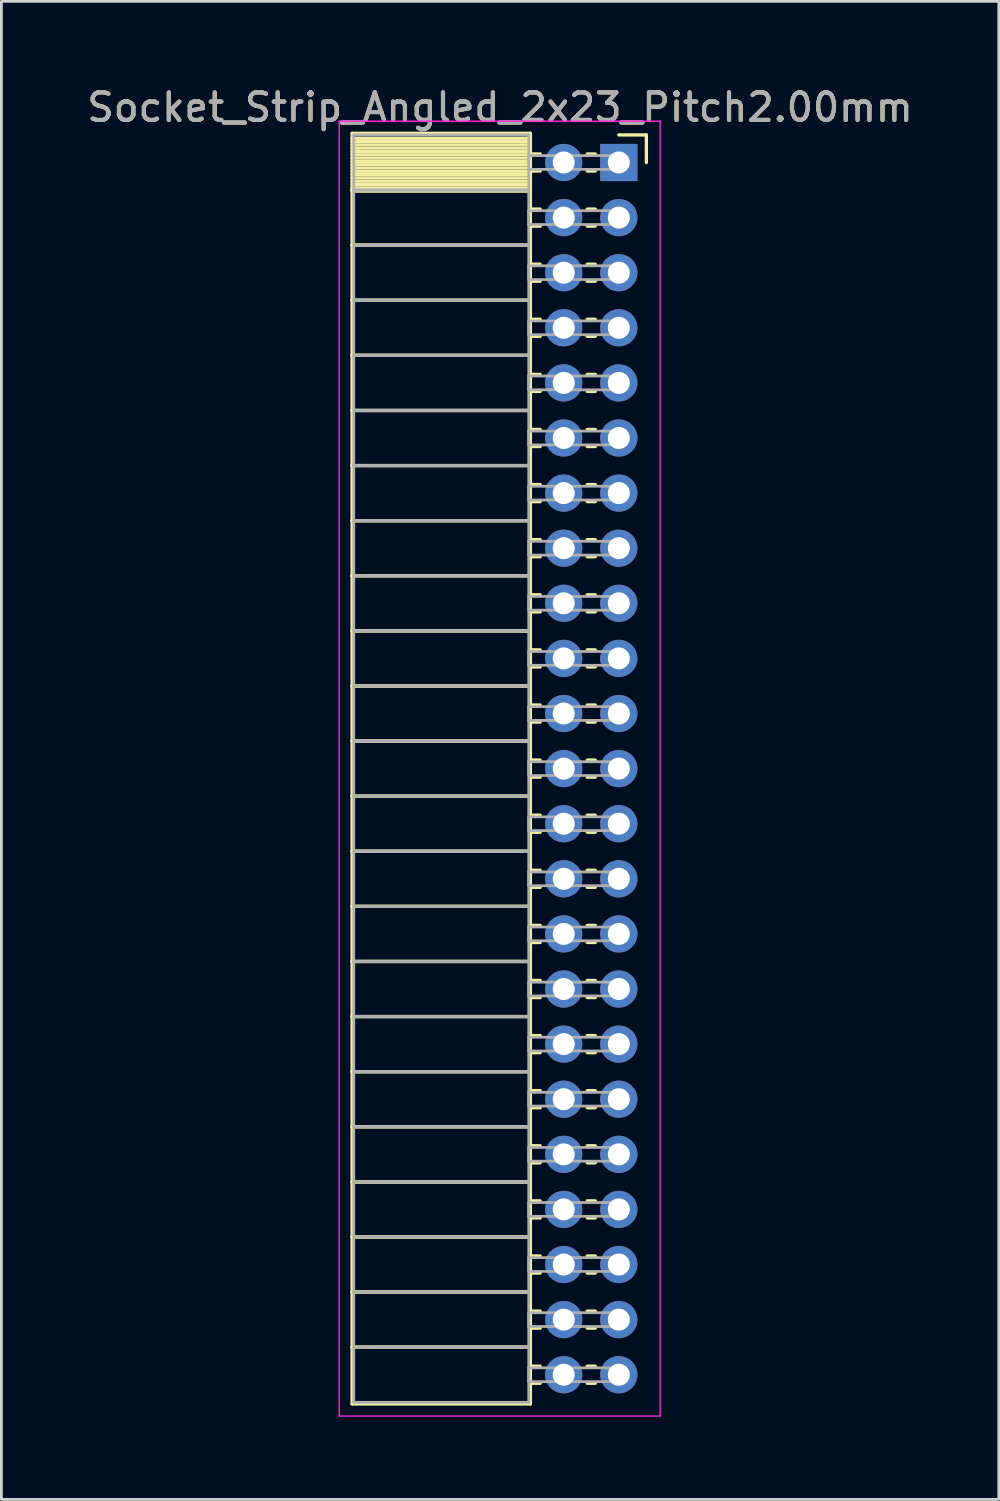
<source format=kicad_pcb>
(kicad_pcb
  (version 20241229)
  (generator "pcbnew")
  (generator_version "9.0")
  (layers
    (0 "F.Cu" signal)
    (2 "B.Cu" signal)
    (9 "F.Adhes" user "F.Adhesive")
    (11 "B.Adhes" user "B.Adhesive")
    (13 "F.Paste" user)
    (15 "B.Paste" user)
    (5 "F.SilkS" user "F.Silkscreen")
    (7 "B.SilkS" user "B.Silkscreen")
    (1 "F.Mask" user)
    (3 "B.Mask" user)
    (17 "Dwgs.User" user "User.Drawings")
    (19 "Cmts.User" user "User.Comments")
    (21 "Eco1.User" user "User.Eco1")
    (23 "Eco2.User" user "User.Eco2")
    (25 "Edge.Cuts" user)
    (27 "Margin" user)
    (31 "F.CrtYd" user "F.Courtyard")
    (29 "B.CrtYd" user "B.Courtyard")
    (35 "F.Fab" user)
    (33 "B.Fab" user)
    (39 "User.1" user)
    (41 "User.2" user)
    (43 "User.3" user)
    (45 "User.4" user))
  (footprint "Socket_Strip_Angled_2x23_Pitch2.00mm"
    (layer "F.Cu")
    (at 19.411 2.848)
    (property "Reference" "Socket_Strip_Angled_2x23_Pitch2.00mm" (at -4.31 -2 0) (layer "F.SilkS") (effects (font (size 1 1) (thickness 0.15))))
    (attr through_hole)
    (fp_line (start -9.68 -1.06) (end -3.21 -1.06) (stroke (width 0.12) (type solid)) (layer "F.SilkS"))
    (fp_line (start -9.68 1) (end -9.68 -1.06) (stroke (width 0.12) (type solid)) (layer "F.SilkS"))
    (fp_line (start -9.68 1) (end -3.21 1) (stroke (width 0.12) (type solid)) (layer "F.SilkS"))
    (fp_line (start -9.68 3) (end -9.68 1) (stroke (width 0.12) (type solid)) (layer "F.SilkS"))
    (fp_line (start -9.68 3) (end -3.21 3) (stroke (width 0.12) (type solid)) (layer "F.SilkS"))
    (fp_line (start -9.68 5) (end -9.68 3) (stroke (width 0.12) (type solid)) (layer "F.SilkS"))
    (fp_line (start -9.68 5) (end -3.21 5) (stroke (width 0.12) (type solid)) (layer "F.SilkS"))
    (fp_line (start -9.68 7) (end -9.68 5) (stroke (width 0.12) (type solid)) (layer "F.SilkS"))
    (fp_line (start -9.68 7) (end -3.21 7) (stroke (width 0.12) (type solid)) (layer "F.SilkS"))
    (fp_line (start -9.68 9) (end -9.68 7) (stroke (width 0.12) (type solid)) (layer "F.SilkS"))
    (fp_line (start -9.68 9) (end -3.21 9) (stroke (width 0.12) (type solid)) (layer "F.SilkS"))
    (fp_line (start -9.68 11) (end -9.68 9) (stroke (width 0.12) (type solid)) (layer "F.SilkS"))
    (fp_line (start -9.68 11) (end -3.21 11) (stroke (width 0.12) (type solid)) (layer "F.SilkS"))
    (fp_line (start -9.68 13) (end -9.68 11) (stroke (width 0.12) (type solid)) (layer "F.SilkS"))
    (fp_line (start -9.68 13) (end -3.21 13) (stroke (width 0.12) (type solid)) (layer "F.SilkS"))
    (fp_line (start -9.68 15) (end -9.68 13) (stroke (width 0.12) (type solid)) (layer "F.SilkS"))
    (fp_line (start -9.68 15) (end -3.21 15) (stroke (width 0.12) (type solid)) (layer "F.SilkS"))
    (fp_line (start -9.68 17) (end -9.68 15) (stroke (width 0.12) (type solid)) (layer "F.SilkS"))
    (fp_line (start -9.68 17) (end -3.21 17) (stroke (width 0.12) (type solid)) (layer "F.SilkS"))
    (fp_line (start -9.68 19) (end -9.68 17) (stroke (width 0.12) (type solid)) (layer "F.SilkS"))
    (fp_line (start -9.68 19) (end -3.21 19) (stroke (width 0.12) (type solid)) (layer "F.SilkS"))
    (fp_line (start -9.68 21) (end -9.68 19) (stroke (width 0.12) (type solid)) (layer "F.SilkS"))
    (fp_line (start -9.68 21) (end -3.21 21) (stroke (width 0.12) (type solid)) (layer "F.SilkS"))
    (fp_line (start -9.68 23) (end -9.68 21) (stroke (width 0.12) (type solid)) (layer "F.SilkS"))
    (fp_line (start -9.68 23) (end -3.21 23) (stroke (width 0.12) (type solid)) (layer "F.SilkS"))
    (fp_line (start -9.68 25) (end -9.68 23) (stroke (width 0.12) (type solid)) (layer "F.SilkS"))
    (fp_line (start -9.68 25) (end -3.21 25) (stroke (width 0.12) (type solid)) (layer "F.SilkS"))
    (fp_line (start -9.68 27) (end -9.68 25) (stroke (width 0.12) (type solid)) (layer "F.SilkS"))
    (fp_line (start -9.68 27) (end -3.21 27) (stroke (width 0.12) (type solid)) (layer "F.SilkS"))
    (fp_line (start -9.68 29) (end -9.68 27) (stroke (width 0.12) (type solid)) (layer "F.SilkS"))
    (fp_line (start -9.68 29) (end -3.21 29) (stroke (width 0.12) (type solid)) (layer "F.SilkS"))
    (fp_line (start -9.68 31) (end -9.68 29) (stroke (width 0.12) (type solid)) (layer "F.SilkS"))
    (fp_line (start -9.68 31) (end -3.21 31) (stroke (width 0.12) (type solid)) (layer "F.SilkS"))
    (fp_line (start -9.68 33) (end -9.68 31) (stroke (width 0.12) (type solid)) (layer "F.SilkS"))
    (fp_line (start -9.68 33) (end -3.21 33) (stroke (width 0.12) (type solid)) (layer "F.SilkS"))
    (fp_line (start -9.68 35) (end -9.68 33) (stroke (width 0.12) (type solid)) (layer "F.SilkS"))
    (fp_line (start -9.68 35) (end -3.21 35) (stroke (width 0.12) (type solid)) (layer "F.SilkS"))
    (fp_line (start -9.68 37) (end -9.68 35) (stroke (width 0.12) (type solid)) (layer "F.SilkS"))
    (fp_line (start -9.68 37) (end -3.21 37) (stroke (width 0.12) (type solid)) (layer "F.SilkS"))
    (fp_line (start -9.68 39) (end -9.68 37) (stroke (width 0.12) (type solid)) (layer "F.SilkS"))
    (fp_line (start -9.68 39) (end -3.21 39) (stroke (width 0.12) (type solid)) (layer "F.SilkS"))
    (fp_line (start -9.68 41) (end -9.68 39) (stroke (width 0.12) (type solid)) (layer "F.SilkS"))
    (fp_line (start -9.68 41) (end -3.21 41) (stroke (width 0.12) (type solid)) (layer "F.SilkS"))
    (fp_line (start -9.68 43) (end -9.68 41) (stroke (width 0.12) (type solid)) (layer "F.SilkS"))
    (fp_line (start -9.68 43) (end -3.21 43) (stroke (width 0.12) (type solid)) (layer "F.SilkS"))
    (fp_line (start -9.68 45.06) (end -9.68 43) (stroke (width 0.12) (type solid)) (layer "F.SilkS"))
    (fp_line (start -3.21 -1.06) (end -3.21 1) (stroke (width 0.12) (type solid)) (layer "F.SilkS"))
    (fp_line (start -3.21 -0.88) (end -9.68 -0.88) (stroke (width 0.12) (type solid)) (layer "F.SilkS"))
    (fp_line (start -3.21 -0.76) (end -9.68 -0.76) (stroke (width 0.12) (type solid)) (layer "F.SilkS"))
    (fp_line (start -3.21 -0.64) (end -9.68 -0.64) (stroke (width 0.12) (type solid)) (layer "F.SilkS"))
    (fp_line (start -3.21 -0.52) (end -9.68 -0.52) (stroke (width 0.12) (type solid)) (layer "F.SilkS"))
    (fp_line (start -3.21 -0.4) (end -9.68 -0.4) (stroke (width 0.12) (type solid)) (layer "F.SilkS"))
    (fp_line (start -3.21 -0.28) (end -9.68 -0.28) (stroke (width 0.12) (type solid)) (layer "F.SilkS"))
    (fp_line (start -3.21 -0.16) (end -9.68 -0.16) (stroke (width 0.12) (type solid)) (layer "F.SilkS"))
    (fp_line (start -3.21 -0.04) (end -9.68 -0.04) (stroke (width 0.12) (type solid)) (layer "F.SilkS"))
    (fp_line (start -3.21 0.08) (end -9.68 0.08) (stroke (width 0.12) (type solid)) (layer "F.SilkS"))
    (fp_line (start -3.21 0.2) (end -9.68 0.2) (stroke (width 0.12) (type solid)) (layer "F.SilkS"))
    (fp_line (start -3.21 0.32) (end -9.68 0.32) (stroke (width 0.12) (type solid)) (layer "F.SilkS"))
    (fp_line (start -3.21 0.44) (end -9.68 0.44) (stroke (width 0.12) (type solid)) (layer "F.SilkS"))
    (fp_line (start -3.21 0.56) (end -9.68 0.56) (stroke (width 0.12) (type solid)) (layer "F.SilkS"))
    (fp_line (start -3.21 0.68) (end -9.68 0.68) (stroke (width 0.12) (type solid)) (layer "F.SilkS"))
    (fp_line (start -3.21 0.8) (end -9.68 0.8) (stroke (width 0.12) (type solid)) (layer "F.SilkS"))
    (fp_line (start -3.21 0.92) (end -9.68 0.92) (stroke (width 0.12) (type solid)) (layer "F.SilkS"))
    (fp_line (start -3.21 1) (end -9.68 1) (stroke (width 0.12) (type solid)) (layer "F.SilkS"))
    (fp_line (start -3.21 1) (end -3.21 3) (stroke (width 0.12) (type solid)) (layer "F.SilkS"))
    (fp_line (start -3.21 1.04) (end -9.68 1.04) (stroke (width 0.12) (type solid)) (layer "F.SilkS"))
    (fp_line (start -3.21 3) (end -9.68 3) (stroke (width 0.12) (type solid)) (layer "F.SilkS"))
    (fp_line (start -3.21 3) (end -3.21 5) (stroke (width 0.12) (type solid)) (layer "F.SilkS"))
    (fp_line (start -3.21 5) (end -9.68 5) (stroke (width 0.12) (type solid)) (layer "F.SilkS"))
    (fp_line (start -3.21 5) (end -3.21 7) (stroke (width 0.12) (type solid)) (layer "F.SilkS"))
    (fp_line (start -3.21 7) (end -9.68 7) (stroke (width 0.12) (type solid)) (layer "F.SilkS"))
    (fp_line (start -3.21 7) (end -3.21 9) (stroke (width 0.12) (type solid)) (layer "F.SilkS"))
    (fp_line (start -3.21 9) (end -9.68 9) (stroke (width 0.12) (type solid)) (layer "F.SilkS"))
    (fp_line (start -3.21 9) (end -3.21 11) (stroke (width 0.12) (type solid)) (layer "F.SilkS"))
    (fp_line (start -3.21 11) (end -9.68 11) (stroke (width 0.12) (type solid)) (layer "F.SilkS"))
    (fp_line (start -3.21 11) (end -3.21 13) (stroke (width 0.12) (type solid)) (layer "F.SilkS"))
    (fp_line (start -3.21 13) (end -9.68 13) (stroke (width 0.12) (type solid)) (layer "F.SilkS"))
    (fp_line (start -3.21 13) (end -3.21 15) (stroke (width 0.12) (type solid)) (layer "F.SilkS"))
    (fp_line (start -3.21 15) (end -9.68 15) (stroke (width 0.12) (type solid)) (layer "F.SilkS"))
    (fp_line (start -3.21 15) (end -3.21 17) (stroke (width 0.12) (type solid)) (layer "F.SilkS"))
    (fp_line (start -3.21 17) (end -9.68 17) (stroke (width 0.12) (type solid)) (layer "F.SilkS"))
    (fp_line (start -3.21 17) (end -3.21 19) (stroke (width 0.12) (type solid)) (layer "F.SilkS"))
    (fp_line (start -3.21 19) (end -9.68 19) (stroke (width 0.12) (type solid)) (layer "F.SilkS"))
    (fp_line (start -3.21 19) (end -3.21 21) (stroke (width 0.12) (type solid)) (layer "F.SilkS"))
    (fp_line (start -3.21 21) (end -9.68 21) (stroke (width 0.12) (type solid)) (layer "F.SilkS"))
    (fp_line (start -3.21 21) (end -3.21 23) (stroke (width 0.12) (type solid)) (layer "F.SilkS"))
    (fp_line (start -3.21 23) (end -9.68 23) (stroke (width 0.12) (type solid)) (layer "F.SilkS"))
    (fp_line (start -3.21 23) (end -3.21 25) (stroke (width 0.12) (type solid)) (layer "F.SilkS"))
    (fp_line (start -3.21 25) (end -9.68 25) (stroke (width 0.12) (type solid)) (layer "F.SilkS"))
    (fp_line (start -3.21 25) (end -3.21 27) (stroke (width 0.12) (type solid)) (layer "F.SilkS"))
    (fp_line (start -3.21 27) (end -9.68 27) (stroke (width 0.12) (type solid)) (layer "F.SilkS"))
    (fp_line (start -3.21 27) (end -3.21 29) (stroke (width 0.12) (type solid)) (layer "F.SilkS"))
    (fp_line (start -3.21 29) (end -9.68 29) (stroke (width 0.12) (type solid)) (layer "F.SilkS"))
    (fp_line (start -3.21 29) (end -3.21 31) (stroke (width 0.12) (type solid)) (layer "F.SilkS"))
    (fp_line (start -3.21 31) (end -9.68 31) (stroke (width 0.12) (type solid)) (layer "F.SilkS"))
    (fp_line (start -3.21 31) (end -3.21 33) (stroke (width 0.12) (type solid)) (layer "F.SilkS"))
    (fp_line (start -3.21 33) (end -9.68 33) (stroke (width 0.12) (type solid)) (layer "F.SilkS"))
    (fp_line (start -3.21 33) (end -3.21 35) (stroke (width 0.12) (type solid)) (layer "F.SilkS"))
    (fp_line (start -3.21 35) (end -9.68 35) (stroke (width 0.12) (type solid)) (layer "F.SilkS"))
    (fp_line (start -3.21 35) (end -3.21 37) (stroke (width 0.12) (type solid)) (layer "F.SilkS"))
    (fp_line (start -3.21 37) (end -9.68 37) (stroke (width 0.12) (type solid)) (layer "F.SilkS"))
    (fp_line (start -3.21 37) (end -3.21 39) (stroke (width 0.12) (type solid)) (layer "F.SilkS"))
    (fp_line (start -3.21 39) (end -9.68 39) (stroke (width 0.12) (type solid)) (layer "F.SilkS"))
    (fp_line (start -3.21 39) (end -3.21 41) (stroke (width 0.12) (type solid)) (layer "F.SilkS"))
    (fp_line (start -3.21 41) (end -9.68 41) (stroke (width 0.12) (type solid)) (layer "F.SilkS"))
    (fp_line (start -3.21 41) (end -3.21 43) (stroke (width 0.12) (type solid)) (layer "F.SilkS"))
    (fp_line (start -3.21 43) (end -9.68 43) (stroke (width 0.12) (type solid)) (layer "F.SilkS"))
    (fp_line (start -3.21 43) (end -3.21 45.06) (stroke (width 0.12) (type solid)) (layer "F.SilkS"))
    (fp_line (start -3.21 45.06) (end -9.68 45.06) (stroke (width 0.12) (type solid)) (layer "F.SilkS"))
    (fp_line (start -2.855 -0.31) (end -3.21 -0.31) (stroke (width 0.12) (type solid)) (layer "F.SilkS"))
    (fp_line (start -2.855 0.31) (end -3.21 0.31) (stroke (width 0.12) (type solid)) (layer "F.SilkS"))
    (fp_line (start -2.855 1.69) (end -3.21 1.69) (stroke (width 0.12) (type solid)) (layer "F.SilkS"))
    (fp_line (start -2.855 2.31) (end -3.21 2.31) (stroke (width 0.12) (type solid)) (layer "F.SilkS"))
    (fp_line (start -2.855 3.69) (end -3.21 3.69) (stroke (width 0.12) (type solid)) (layer "F.SilkS"))
    (fp_line (start -2.855 4.31) (end -3.21 4.31) (stroke (width 0.12) (type solid)) (layer "F.SilkS"))
    (fp_line (start -2.855 5.69) (end -3.21 5.69) (stroke (width 0.12) (type solid)) (layer "F.SilkS"))
    (fp_line (start -2.855 6.31) (end -3.21 6.31) (stroke (width 0.12) (type solid)) (layer "F.SilkS"))
    (fp_line (start -2.855 7.69) (end -3.21 7.69) (stroke (width 0.12) (type solid)) (layer "F.SilkS"))
    (fp_line (start -2.855 8.31) (end -3.21 8.31) (stroke (width 0.12) (type solid)) (layer "F.SilkS"))
    (fp_line (start -2.855 9.69) (end -3.21 9.69) (stroke (width 0.12) (type solid)) (layer "F.SilkS"))
    (fp_line (start -2.855 10.31) (end -3.21 10.31) (stroke (width 0.12) (type solid)) (layer "F.SilkS"))
    (fp_line (start -2.855 11.69) (end -3.21 11.69) (stroke (width 0.12) (type solid)) (layer "F.SilkS"))
    (fp_line (start -2.855 12.31) (end -3.21 12.31) (stroke (width 0.12) (type solid)) (layer "F.SilkS"))
    (fp_line (start -2.855 13.69) (end -3.21 13.69) (stroke (width 0.12) (type solid)) (layer "F.SilkS"))
    (fp_line (start -2.855 14.31) (end -3.21 14.31) (stroke (width 0.12) (type solid)) (layer "F.SilkS"))
    (fp_line (start -2.855 15.69) (end -3.21 15.69) (stroke (width 0.12) (type solid)) (layer "F.SilkS"))
    (fp_line (start -2.855 16.31) (end -3.21 16.31) (stroke (width 0.12) (type solid)) (layer "F.SilkS"))
    (fp_line (start -2.855 17.69) (end -3.21 17.69) (stroke (width 0.12) (type solid)) (layer "F.SilkS"))
    (fp_line (start -2.855 18.31) (end -3.21 18.31) (stroke (width 0.12) (type solid)) (layer "F.SilkS"))
    (fp_line (start -2.855 19.69) (end -3.21 19.69) (stroke (width 0.12) (type solid)) (layer "F.SilkS"))
    (fp_line (start -2.855 20.31) (end -3.21 20.31) (stroke (width 0.12) (type solid)) (layer "F.SilkS"))
    (fp_line (start -2.855 21.69) (end -3.21 21.69) (stroke (width 0.12) (type solid)) (layer "F.SilkS"))
    (fp_line (start -2.855 22.31) (end -3.21 22.31) (stroke (width 0.12) (type solid)) (layer "F.SilkS"))
    (fp_line (start -2.855 23.69) (end -3.21 23.69) (stroke (width 0.12) (type solid)) (layer "F.SilkS"))
    (fp_line (start -2.855 24.31) (end -3.21 24.31) (stroke (width 0.12) (type solid)) (layer "F.SilkS"))
    (fp_line (start -2.855 25.69) (end -3.21 25.69) (stroke (width 0.12) (type solid)) (layer "F.SilkS"))
    (fp_line (start -2.855 26.31) (end -3.21 26.31) (stroke (width 0.12) (type solid)) (layer "F.SilkS"))
    (fp_line (start -2.855 27.69) (end -3.21 27.69) (stroke (width 0.12) (type solid)) (layer "F.SilkS"))
    (fp_line (start -2.855 28.31) (end -3.21 28.31) (stroke (width 0.12) (type solid)) (layer "F.SilkS"))
    (fp_line (start -2.855 29.69) (end -3.21 29.69) (stroke (width 0.12) (type solid)) (layer "F.SilkS"))
    (fp_line (start -2.855 30.31) (end -3.21 30.31) (stroke (width 0.12) (type solid)) (layer "F.SilkS"))
    (fp_line (start -2.855 31.69) (end -3.21 31.69) (stroke (width 0.12) (type solid)) (layer "F.SilkS"))
    (fp_line (start -2.855 32.31) (end -3.21 32.31) (stroke (width 0.12) (type solid)) (layer "F.SilkS"))
    (fp_line (start -2.855 33.69) (end -3.21 33.69) (stroke (width 0.12) (type solid)) (layer "F.SilkS"))
    (fp_line (start -2.855 34.31) (end -3.21 34.31) (stroke (width 0.12) (type solid)) (layer "F.SilkS"))
    (fp_line (start -2.855 35.69) (end -3.21 35.69) (stroke (width 0.12) (type solid)) (layer "F.SilkS"))
    (fp_line (start -2.855 36.31) (end -3.21 36.31) (stroke (width 0.12) (type solid)) (layer "F.SilkS"))
    (fp_line (start -2.855 37.69) (end -3.21 37.69) (stroke (width 0.12) (type solid)) (layer "F.SilkS"))
    (fp_line (start -2.855 38.31) (end -3.21 38.31) (stroke (width 0.12) (type solid)) (layer "F.SilkS"))
    (fp_line (start -2.855 39.69) (end -3.21 39.69) (stroke (width 0.12) (type solid)) (layer "F.SilkS"))
    (fp_line (start -2.855 40.31) (end -3.21 40.31) (stroke (width 0.12) (type solid)) (layer "F.SilkS"))
    (fp_line (start -2.855 41.69) (end -3.21 41.69) (stroke (width 0.12) (type solid)) (layer "F.SilkS"))
    (fp_line (start -2.855 42.31) (end -3.21 42.31) (stroke (width 0.12) (type solid)) (layer "F.SilkS"))
    (fp_line (start -2.855 43.69) (end -3.21 43.69) (stroke (width 0.12) (type solid)) (layer "F.SilkS"))
    (fp_line (start -2.855 44.31) (end -3.21 44.31) (stroke (width 0.12) (type solid)) (layer "F.SilkS"))
    (fp_line (start -0.855 -0.31) (end -1.145 -0.31) (stroke (width 0.12) (type solid)) (layer "F.SilkS"))
    (fp_line (start -0.855 0.31) (end -1.145 0.31) (stroke (width 0.12) (type solid)) (layer "F.SilkS"))
    (fp_line (start -0.855 1.69) (end -1.145 1.69) (stroke (width 0.12) (type solid)) (layer "F.SilkS"))
    (fp_line (start -0.855 2.31) (end -1.145 2.31) (stroke (width 0.12) (type solid)) (layer "F.SilkS"))
    (fp_line (start -0.855 3.69) (end -1.145 3.69) (stroke (width 0.12) (type solid)) (layer "F.SilkS"))
    (fp_line (start -0.855 4.31) (end -1.145 4.31) (stroke (width 0.12) (type solid)) (layer "F.SilkS"))
    (fp_line (start -0.855 5.69) (end -1.145 5.69) (stroke (width 0.12) (type solid)) (layer "F.SilkS"))
    (fp_line (start -0.855 6.31) (end -1.145 6.31) (stroke (width 0.12) (type solid)) (layer "F.SilkS"))
    (fp_line (start -0.855 7.69) (end -1.145 7.69) (stroke (width 0.12) (type solid)) (layer "F.SilkS"))
    (fp_line (start -0.855 8.31) (end -1.145 8.31) (stroke (width 0.12) (type solid)) (layer "F.SilkS"))
    (fp_line (start -0.855 9.69) (end -1.145 9.69) (stroke (width 0.12) (type solid)) (layer "F.SilkS"))
    (fp_line (start -0.855 10.31) (end -1.145 10.31) (stroke (width 0.12) (type solid)) (layer "F.SilkS"))
    (fp_line (start -0.855 11.69) (end -1.145 11.69) (stroke (width 0.12) (type solid)) (layer "F.SilkS"))
    (fp_line (start -0.855 12.31) (end -1.145 12.31) (stroke (width 0.12) (type solid)) (layer "F.SilkS"))
    (fp_line (start -0.855 13.69) (end -1.145 13.69) (stroke (width 0.12) (type solid)) (layer "F.SilkS"))
    (fp_line (start -0.855 14.31) (end -1.145 14.31) (stroke (width 0.12) (type solid)) (layer "F.SilkS"))
    (fp_line (start -0.855 15.69) (end -1.145 15.69) (stroke (width 0.12) (type solid)) (layer "F.SilkS"))
    (fp_line (start -0.855 16.31) (end -1.145 16.31) (stroke (width 0.12) (type solid)) (layer "F.SilkS"))
    (fp_line (start -0.855 17.69) (end -1.145 17.69) (stroke (width 0.12) (type solid)) (layer "F.SilkS"))
    (fp_line (start -0.855 18.31) (end -1.145 18.31) (stroke (width 0.12) (type solid)) (layer "F.SilkS"))
    (fp_line (start -0.855 19.69) (end -1.145 19.69) (stroke (width 0.12) (type solid)) (layer "F.SilkS"))
    (fp_line (start -0.855 20.31) (end -1.145 20.31) (stroke (width 0.12) (type solid)) (layer "F.SilkS"))
    (fp_line (start -0.855 21.69) (end -1.145 21.69) (stroke (width 0.12) (type solid)) (layer "F.SilkS"))
    (fp_line (start -0.855 22.31) (end -1.145 22.31) (stroke (width 0.12) (type solid)) (layer "F.SilkS"))
    (fp_line (start -0.855 23.69) (end -1.145 23.69) (stroke (width 0.12) (type solid)) (layer "F.SilkS"))
    (fp_line (start -0.855 24.31) (end -1.145 24.31) (stroke (width 0.12) (type solid)) (layer "F.SilkS"))
    (fp_line (start -0.855 25.69) (end -1.145 25.69) (stroke (width 0.12) (type solid)) (layer "F.SilkS"))
    (fp_line (start -0.855 26.31) (end -1.145 26.31) (stroke (width 0.12) (type solid)) (layer "F.SilkS"))
    (fp_line (start -0.855 27.69) (end -1.145 27.69) (stroke (width 0.12) (type solid)) (layer "F.SilkS"))
    (fp_line (start -0.855 28.31) (end -1.145 28.31) (stroke (width 0.12) (type solid)) (layer "F.SilkS"))
    (fp_line (start -0.855 29.69) (end -1.145 29.69) (stroke (width 0.12) (type solid)) (layer "F.SilkS"))
    (fp_line (start -0.855 30.31) (end -1.145 30.31) (stroke (width 0.12) (type solid)) (layer "F.SilkS"))
    (fp_line (start -0.855 31.69) (end -1.145 31.69) (stroke (width 0.12) (type solid)) (layer "F.SilkS"))
    (fp_line (start -0.855 32.31) (end -1.145 32.31) (stroke (width 0.12) (type solid)) (layer "F.SilkS"))
    (fp_line (start -0.855 33.69) (end -1.145 33.69) (stroke (width 0.12) (type solid)) (layer "F.SilkS"))
    (fp_line (start -0.855 34.31) (end -1.145 34.31) (stroke (width 0.12) (type solid)) (layer "F.SilkS"))
    (fp_line (start -0.855 35.69) (end -1.145 35.69) (stroke (width 0.12) (type solid)) (layer "F.SilkS"))
    (fp_line (start -0.855 36.31) (end -1.145 36.31) (stroke (width 0.12) (type solid)) (layer "F.SilkS"))
    (fp_line (start -0.855 37.69) (end -1.145 37.69) (stroke (width 0.12) (type solid)) (layer "F.SilkS"))
    (fp_line (start -0.855 38.31) (end -1.145 38.31) (stroke (width 0.12) (type solid)) (layer "F.SilkS"))
    (fp_line (start -0.855 39.69) (end -1.145 39.69) (stroke (width 0.12) (type solid)) (layer "F.SilkS"))
    (fp_line (start -0.855 40.31) (end -1.145 40.31) (stroke (width 0.12) (type solid)) (layer "F.SilkS"))
    (fp_line (start -0.855 41.69) (end -1.145 41.69) (stroke (width 0.12) (type solid)) (layer "F.SilkS"))
    (fp_line (start -0.855 42.31) (end -1.145 42.31) (stroke (width 0.12) (type solid)) (layer "F.SilkS"))
    (fp_line (start -0.855 43.69) (end -1.145 43.69) (stroke (width 0.12) (type solid)) (layer "F.SilkS"))
    (fp_line (start -0.855 44.31) (end -1.145 44.31) (stroke (width 0.12) (type solid)) (layer "F.SilkS"))
    (fp_line (start 0 -1) (end 1 -1) (stroke (width 0.12) (type solid)) (layer "F.SilkS"))
    (fp_line (start 1 -1) (end 1 0) (stroke (width 0.12) (type solid)) (layer "F.SilkS"))
    (fp_line (start -10.15 -1.5) (end 1.5 -1.5) (stroke (width 0.05) (type solid)) (layer "F.CrtYd"))
    (fp_line (start -10.15 45.5) (end -10.15 -1.5) (stroke (width 0.05) (type solid)) (layer "F.CrtYd"))
    (fp_line (start 1.5 -1.5) (end 1.5 45.5) (stroke (width 0.05) (type solid)) (layer "F.CrtYd"))
    (fp_line (start 1.5 45.5) (end -10.15 45.5) (stroke (width 0.05) (type solid)) (layer "F.CrtYd"))
    (fp_line (start -9.62 -1) (end -3.27 -1) (stroke (width 0.1) (type solid)) (layer "F.Fab"))
    (fp_line (start -9.62 1) (end -9.62 -1) (stroke (width 0.1) (type solid)) (layer "F.Fab"))
    (fp_line (start -9.62 1) (end -3.27 1) (stroke (width 0.1) (type solid)) (layer "F.Fab"))
    (fp_line (start -9.62 3) (end -9.62 1) (stroke (width 0.1) (type solid)) (layer "F.Fab"))
    (fp_line (start -9.62 3) (end -3.27 3) (stroke (width 0.1) (type solid)) (layer "F.Fab"))
    (fp_line (start -9.62 5) (end -9.62 3) (stroke (width 0.1) (type solid)) (layer "F.Fab"))
    (fp_line (start -9.62 5) (end -3.27 5) (stroke (width 0.1) (type solid)) (layer "F.Fab"))
    (fp_line (start -9.62 7) (end -9.62 5) (stroke (width 0.1) (type solid)) (layer "F.Fab"))
    (fp_line (start -9.62 7) (end -3.27 7) (stroke (width 0.1) (type solid)) (layer "F.Fab"))
    (fp_line (start -9.62 9) (end -9.62 7) (stroke (width 0.1) (type solid)) (layer "F.Fab"))
    (fp_line (start -9.62 9) (end -3.27 9) (stroke (width 0.1) (type solid)) (layer "F.Fab"))
    (fp_line (start -9.62 11) (end -9.62 9) (stroke (width 0.1) (type solid)) (layer "F.Fab"))
    (fp_line (start -9.62 11) (end -3.27 11) (stroke (width 0.1) (type solid)) (layer "F.Fab"))
    (fp_line (start -9.62 13) (end -9.62 11) (stroke (width 0.1) (type solid)) (layer "F.Fab"))
    (fp_line (start -9.62 13) (end -3.27 13) (stroke (width 0.1) (type solid)) (layer "F.Fab"))
    (fp_line (start -9.62 15) (end -9.62 13) (stroke (width 0.1) (type solid)) (layer "F.Fab"))
    (fp_line (start -9.62 15) (end -3.27 15) (stroke (width 0.1) (type solid)) (layer "F.Fab"))
    (fp_line (start -9.62 17) (end -9.62 15) (stroke (width 0.1) (type solid)) (layer "F.Fab"))
    (fp_line (start -9.62 17) (end -3.27 17) (stroke (width 0.1) (type solid)) (layer "F.Fab"))
    (fp_line (start -9.62 19) (end -9.62 17) (stroke (width 0.1) (type solid)) (layer "F.Fab"))
    (fp_line (start -9.62 19) (end -3.27 19) (stroke (width 0.1) (type solid)) (layer "F.Fab"))
    (fp_line (start -9.62 21) (end -9.62 19) (stroke (width 0.1) (type solid)) (layer "F.Fab"))
    (fp_line (start -9.62 21) (end -3.27 21) (stroke (width 0.1) (type solid)) (layer "F.Fab"))
    (fp_line (start -9.62 23) (end -9.62 21) (stroke (width 0.1) (type solid)) (layer "F.Fab"))
    (fp_line (start -9.62 23) (end -3.27 23) (stroke (width 0.1) (type solid)) (layer "F.Fab"))
    (fp_line (start -9.62 25) (end -9.62 23) (stroke (width 0.1) (type solid)) (layer "F.Fab"))
    (fp_line (start -9.62 25) (end -3.27 25) (stroke (width 0.1) (type solid)) (layer "F.Fab"))
    (fp_line (start -9.62 27) (end -9.62 25) (stroke (width 0.1) (type solid)) (layer "F.Fab"))
    (fp_line (start -9.62 27) (end -3.27 27) (stroke (width 0.1) (type solid)) (layer "F.Fab"))
    (fp_line (start -9.62 29) (end -9.62 27) (stroke (width 0.1) (type solid)) (layer "F.Fab"))
    (fp_line (start -9.62 29) (end -3.27 29) (stroke (width 0.1) (type solid)) (layer "F.Fab"))
    (fp_line (start -9.62 31) (end -9.62 29) (stroke (width 0.1) (type solid)) (layer "F.Fab"))
    (fp_line (start -9.62 31) (end -3.27 31) (stroke (width 0.1) (type solid)) (layer "F.Fab"))
    (fp_line (start -9.62 33) (end -9.62 31) (stroke (width 0.1) (type solid)) (layer "F.Fab"))
    (fp_line (start -9.62 33) (end -3.27 33) (stroke (width 0.1) (type solid)) (layer "F.Fab"))
    (fp_line (start -9.62 35) (end -9.62 33) (stroke (width 0.1) (type solid)) (layer "F.Fab"))
    (fp_line (start -9.62 35) (end -3.27 35) (stroke (width 0.1) (type solid)) (layer "F.Fab"))
    (fp_line (start -9.62 37) (end -9.62 35) (stroke (width 0.1) (type solid)) (layer "F.Fab"))
    (fp_line (start -9.62 37) (end -3.27 37) (stroke (width 0.1) (type solid)) (layer "F.Fab"))
    (fp_line (start -9.62 39) (end -9.62 37) (stroke (width 0.1) (type solid)) (layer "F.Fab"))
    (fp_line (start -9.62 39) (end -3.27 39) (stroke (width 0.1) (type solid)) (layer "F.Fab"))
    (fp_line (start -9.62 41) (end -9.62 39) (stroke (width 0.1) (type solid)) (layer "F.Fab"))
    (fp_line (start -9.62 41) (end -3.27 41) (stroke (width 0.1) (type solid)) (layer "F.Fab"))
    (fp_line (start -9.62 43) (end -9.62 41) (stroke (width 0.1) (type solid)) (layer "F.Fab"))
    (fp_line (start -9.62 43) (end -3.27 43) (stroke (width 0.1) (type solid)) (layer "F.Fab"))
    (fp_line (start -9.62 45) (end -9.62 43) (stroke (width 0.1) (type solid)) (layer "F.Fab"))
    (fp_line (start -3.27 -1) (end -3.27 1) (stroke (width 0.1) (type solid)) (layer "F.Fab"))
    (fp_line (start -3.27 -0.25) (end 0 -0.25) (stroke (width 0.1) (type solid)) (layer "F.Fab"))
    (fp_line (start -3.27 0.25) (end -3.27 -0.25) (stroke (width 0.1) (type solid)) (layer "F.Fab"))
    (fp_line (start -3.27 1) (end -9.62 1) (stroke (width 0.1) (type solid)) (layer "F.Fab"))
    (fp_line (start -3.27 1) (end -3.27 3) (stroke (width 0.1) (type solid)) (layer "F.Fab"))
    (fp_line (start -3.27 1.75) (end 0 1.75) (stroke (width 0.1) (type solid)) (layer "F.Fab"))
    (fp_line (start -3.27 2.25) (end -3.27 1.75) (stroke (width 0.1) (type solid)) (layer "F.Fab"))
    (fp_line (start -3.27 3) (end -9.62 3) (stroke (width 0.1) (type solid)) (layer "F.Fab"))
    (fp_line (start -3.27 3) (end -3.27 5) (stroke (width 0.1) (type solid)) (layer "F.Fab"))
    (fp_line (start -3.27 3.75) (end 0 3.75) (stroke (width 0.1) (type solid)) (layer "F.Fab"))
    (fp_line (start -3.27 4.25) (end -3.27 3.75) (stroke (width 0.1) (type solid)) (layer "F.Fab"))
    (fp_line (start -3.27 5) (end -9.62 5) (stroke (width 0.1) (type solid)) (layer "F.Fab"))
    (fp_line (start -3.27 5) (end -3.27 7) (stroke (width 0.1) (type solid)) (layer "F.Fab"))
    (fp_line (start -3.27 5.75) (end 0 5.75) (stroke (width 0.1) (type solid)) (layer "F.Fab"))
    (fp_line (start -3.27 6.25) (end -3.27 5.75) (stroke (width 0.1) (type solid)) (layer "F.Fab"))
    (fp_line (start -3.27 7) (end -9.62 7) (stroke (width 0.1) (type solid)) (layer "F.Fab"))
    (fp_line (start -3.27 7) (end -3.27 9) (stroke (width 0.1) (type solid)) (layer "F.Fab"))
    (fp_line (start -3.27 7.75) (end 0 7.75) (stroke (width 0.1) (type solid)) (layer "F.Fab"))
    (fp_line (start -3.27 8.25) (end -3.27 7.75) (stroke (width 0.1) (type solid)) (layer "F.Fab"))
    (fp_line (start -3.27 9) (end -9.62 9) (stroke (width 0.1) (type solid)) (layer "F.Fab"))
    (fp_line (start -3.27 9) (end -3.27 11) (stroke (width 0.1) (type solid)) (layer "F.Fab"))
    (fp_line (start -3.27 9.75) (end 0 9.75) (stroke (width 0.1) (type solid)) (layer "F.Fab"))
    (fp_line (start -3.27 10.25) (end -3.27 9.75) (stroke (width 0.1) (type solid)) (layer "F.Fab"))
    (fp_line (start -3.27 11) (end -9.62 11) (stroke (width 0.1) (type solid)) (layer "F.Fab"))
    (fp_line (start -3.27 11) (end -3.27 13) (stroke (width 0.1) (type solid)) (layer "F.Fab"))
    (fp_line (start -3.27 11.75) (end 0 11.75) (stroke (width 0.1) (type solid)) (layer "F.Fab"))
    (fp_line (start -3.27 12.25) (end -3.27 11.75) (stroke (width 0.1) (type solid)) (layer "F.Fab"))
    (fp_line (start -3.27 13) (end -9.62 13) (stroke (width 0.1) (type solid)) (layer "F.Fab"))
    (fp_line (start -3.27 13) (end -3.27 15) (stroke (width 0.1) (type solid)) (layer "F.Fab"))
    (fp_line (start -3.27 13.75) (end 0 13.75) (stroke (width 0.1) (type solid)) (layer "F.Fab"))
    (fp_line (start -3.27 14.25) (end -3.27 13.75) (stroke (width 0.1) (type solid)) (layer "F.Fab"))
    (fp_line (start -3.27 15) (end -9.62 15) (stroke (width 0.1) (type solid)) (layer "F.Fab"))
    (fp_line (start -3.27 15) (end -3.27 17) (stroke (width 0.1) (type solid)) (layer "F.Fab"))
    (fp_line (start -3.27 15.75) (end 0 15.75) (stroke (width 0.1) (type solid)) (layer "F.Fab"))
    (fp_line (start -3.27 16.25) (end -3.27 15.75) (stroke (width 0.1) (type solid)) (layer "F.Fab"))
    (fp_line (start -3.27 17) (end -9.62 17) (stroke (width 0.1) (type solid)) (layer "F.Fab"))
    (fp_line (start -3.27 17) (end -3.27 19) (stroke (width 0.1) (type solid)) (layer "F.Fab"))
    (fp_line (start -3.27 17.75) (end 0 17.75) (stroke (width 0.1) (type solid)) (layer "F.Fab"))
    (fp_line (start -3.27 18.25) (end -3.27 17.75) (stroke (width 0.1) (type solid)) (layer "F.Fab"))
    (fp_line (start -3.27 19) (end -9.62 19) (stroke (width 0.1) (type solid)) (layer "F.Fab"))
    (fp_line (start -3.27 19) (end -3.27 21) (stroke (width 0.1) (type solid)) (layer "F.Fab"))
    (fp_line (start -3.27 19.75) (end 0 19.75) (stroke (width 0.1) (type solid)) (layer "F.Fab"))
    (fp_line (start -3.27 20.25) (end -3.27 19.75) (stroke (width 0.1) (type solid)) (layer "F.Fab"))
    (fp_line (start -3.27 21) (end -9.62 21) (stroke (width 0.1) (type solid)) (layer "F.Fab"))
    (fp_line (start -3.27 21) (end -3.27 23) (stroke (width 0.1) (type solid)) (layer "F.Fab"))
    (fp_line (start -3.27 21.75) (end 0 21.75) (stroke (width 0.1) (type solid)) (layer "F.Fab"))
    (fp_line (start -3.27 22.25) (end -3.27 21.75) (stroke (width 0.1) (type solid)) (layer "F.Fab"))
    (fp_line (start -3.27 23) (end -9.62 23) (stroke (width 0.1) (type solid)) (layer "F.Fab"))
    (fp_line (start -3.27 23) (end -3.27 25) (stroke (width 0.1) (type solid)) (layer "F.Fab"))
    (fp_line (start -3.27 23.75) (end 0 23.75) (stroke (width 0.1) (type solid)) (layer "F.Fab"))
    (fp_line (start -3.27 24.25) (end -3.27 23.75) (stroke (width 0.1) (type solid)) (layer "F.Fab"))
    (fp_line (start -3.27 25) (end -9.62 25) (stroke (width 0.1) (type solid)) (layer "F.Fab"))
    (fp_line (start -3.27 25) (end -3.27 27) (stroke (width 0.1) (type solid)) (layer "F.Fab"))
    (fp_line (start -3.27 25.75) (end 0 25.75) (stroke (width 0.1) (type solid)) (layer "F.Fab"))
    (fp_line (start -3.27 26.25) (end -3.27 25.75) (stroke (width 0.1) (type solid)) (layer "F.Fab"))
    (fp_line (start -3.27 27) (end -9.62 27) (stroke (width 0.1) (type solid)) (layer "F.Fab"))
    (fp_line (start -3.27 27) (end -3.27 29) (stroke (width 0.1) (type solid)) (layer "F.Fab"))
    (fp_line (start -3.27 27.75) (end 0 27.75) (stroke (width 0.1) (type solid)) (layer "F.Fab"))
    (fp_line (start -3.27 28.25) (end -3.27 27.75) (stroke (width 0.1) (type solid)) (layer "F.Fab"))
    (fp_line (start -3.27 29) (end -9.62 29) (stroke (width 0.1) (type solid)) (layer "F.Fab"))
    (fp_line (start -3.27 29) (end -3.27 31) (stroke (width 0.1) (type solid)) (layer "F.Fab"))
    (fp_line (start -3.27 29.75) (end 0 29.75) (stroke (width 0.1) (type solid)) (layer "F.Fab"))
    (fp_line (start -3.27 30.25) (end -3.27 29.75) (stroke (width 0.1) (type solid)) (layer "F.Fab"))
    (fp_line (start -3.27 31) (end -9.62 31) (stroke (width 0.1) (type solid)) (layer "F.Fab"))
    (fp_line (start -3.27 31) (end -3.27 33) (stroke (width 0.1) (type solid)) (layer "F.Fab"))
    (fp_line (start -3.27 31.75) (end 0 31.75) (stroke (width 0.1) (type solid)) (layer "F.Fab"))
    (fp_line (start -3.27 32.25) (end -3.27 31.75) (stroke (width 0.1) (type solid)) (layer "F.Fab"))
    (fp_line (start -3.27 33) (end -9.62 33) (stroke (width 0.1) (type solid)) (layer "F.Fab"))
    (fp_line (start -3.27 33) (end -3.27 35) (stroke (width 0.1) (type solid)) (layer "F.Fab"))
    (fp_line (start -3.27 33.75) (end 0 33.75) (stroke (width 0.1) (type solid)) (layer "F.Fab"))
    (fp_line (start -3.27 34.25) (end -3.27 33.75) (stroke (width 0.1) (type solid)) (layer "F.Fab"))
    (fp_line (start -3.27 35) (end -9.62 35) (stroke (width 0.1) (type solid)) (layer "F.Fab"))
    (fp_line (start -3.27 35) (end -3.27 37) (stroke (width 0.1) (type solid)) (layer "F.Fab"))
    (fp_line (start -3.27 35.75) (end 0 35.75) (stroke (width 0.1) (type solid)) (layer "F.Fab"))
    (fp_line (start -3.27 36.25) (end -3.27 35.75) (stroke (width 0.1) (type solid)) (layer "F.Fab"))
    (fp_line (start -3.27 37) (end -9.62 37) (stroke (width 0.1) (type solid)) (layer "F.Fab"))
    (fp_line (start -3.27 37) (end -3.27 39) (stroke (width 0.1) (type solid)) (layer "F.Fab"))
    (fp_line (start -3.27 37.75) (end 0 37.75) (stroke (width 0.1) (type solid)) (layer "F.Fab"))
    (fp_line (start -3.27 38.25) (end -3.27 37.75) (stroke (width 0.1) (type solid)) (layer "F.Fab"))
    (fp_line (start -3.27 39) (end -9.62 39) (stroke (width 0.1) (type solid)) (layer "F.Fab"))
    (fp_line (start -3.27 39) (end -3.27 41) (stroke (width 0.1) (type solid)) (layer "F.Fab"))
    (fp_line (start -3.27 39.75) (end 0 39.75) (stroke (width 0.1) (type solid)) (layer "F.Fab"))
    (fp_line (start -3.27 40.25) (end -3.27 39.75) (stroke (width 0.1) (type solid)) (layer "F.Fab"))
    (fp_line (start -3.27 41) (end -9.62 41) (stroke (width 0.1) (type solid)) (layer "F.Fab"))
    (fp_line (start -3.27 41) (end -3.27 43) (stroke (width 0.1) (type solid)) (layer "F.Fab"))
    (fp_line (start -3.27 41.75) (end 0 41.75) (stroke (width 0.1) (type solid)) (layer "F.Fab"))
    (fp_line (start -3.27 42.25) (end -3.27 41.75) (stroke (width 0.1) (type solid)) (layer "F.Fab"))
    (fp_line (start -3.27 43) (end -9.62 43) (stroke (width 0.1) (type solid)) (layer "F.Fab"))
    (fp_line (start -3.27 43) (end -3.27 45) (stroke (width 0.1) (type solid)) (layer "F.Fab"))
    (fp_line (start -3.27 43.75) (end 0 43.75) (stroke (width 0.1) (type solid)) (layer "F.Fab"))
    (fp_line (start -3.27 44.25) (end -3.27 43.75) (stroke (width 0.1) (type solid)) (layer "F.Fab"))
    (fp_line (start -3.27 45) (end -9.62 45) (stroke (width 0.1) (type solid)) (layer "F.Fab"))
    (fp_line (start 0 -0.25) (end 0 0.25) (stroke (width 0.1) (type solid)) (layer "F.Fab"))
    (fp_line (start 0 0.25) (end -3.27 0.25) (stroke (width 0.1) (type solid)) (layer "F.Fab"))
    (fp_line (start 0 1.75) (end 0 2.25) (stroke (width 0.1) (type solid)) (layer "F.Fab"))
    (fp_line (start 0 2.25) (end -3.27 2.25) (stroke (width 0.1) (type solid)) (layer "F.Fab"))
    (fp_line (start 0 3.75) (end 0 4.25) (stroke (width 0.1) (type solid)) (layer "F.Fab"))
    (fp_line (start 0 4.25) (end -3.27 4.25) (stroke (width 0.1) (type solid)) (layer "F.Fab"))
    (fp_line (start 0 5.75) (end 0 6.25) (stroke (width 0.1) (type solid)) (layer "F.Fab"))
    (fp_line (start 0 6.25) (end -3.27 6.25) (stroke (width 0.1) (type solid)) (layer "F.Fab"))
    (fp_line (start 0 7.75) (end 0 8.25) (stroke (width 0.1) (type solid)) (layer "F.Fab"))
    (fp_line (start 0 8.25) (end -3.27 8.25) (stroke (width 0.1) (type solid)) (layer "F.Fab"))
    (fp_line (start 0 9.75) (end 0 10.25) (stroke (width 0.1) (type solid)) (layer "F.Fab"))
    (fp_line (start 0 10.25) (end -3.27 10.25) (stroke (width 0.1) (type solid)) (layer "F.Fab"))
    (fp_line (start 0 11.75) (end 0 12.25) (stroke (width 0.1) (type solid)) (layer "F.Fab"))
    (fp_line (start 0 12.25) (end -3.27 12.25) (stroke (width 0.1) (type solid)) (layer "F.Fab"))
    (fp_line (start 0 13.75) (end 0 14.25) (stroke (width 0.1) (type solid)) (layer "F.Fab"))
    (fp_line (start 0 14.25) (end -3.27 14.25) (stroke (width 0.1) (type solid)) (layer "F.Fab"))
    (fp_line (start 0 15.75) (end 0 16.25) (stroke (width 0.1) (type solid)) (layer "F.Fab"))
    (fp_line (start 0 16.25) (end -3.27 16.25) (stroke (width 0.1) (type solid)) (layer "F.Fab"))
    (fp_line (start 0 17.75) (end 0 18.25) (stroke (width 0.1) (type solid)) (layer "F.Fab"))
    (fp_line (start 0 18.25) (end -3.27 18.25) (stroke (width 0.1) (type solid)) (layer "F.Fab"))
    (fp_line (start 0 19.75) (end 0 20.25) (stroke (width 0.1) (type solid)) (layer "F.Fab"))
    (fp_line (start 0 20.25) (end -3.27 20.25) (stroke (width 0.1) (type solid)) (layer "F.Fab"))
    (fp_line (start 0 21.75) (end 0 22.25) (stroke (width 0.1) (type solid)) (layer "F.Fab"))
    (fp_line (start 0 22.25) (end -3.27 22.25) (stroke (width 0.1) (type solid)) (layer "F.Fab"))
    (fp_line (start 0 23.75) (end 0 24.25) (stroke (width 0.1) (type solid)) (layer "F.Fab"))
    (fp_line (start 0 24.25) (end -3.27 24.25) (stroke (width 0.1) (type solid)) (layer "F.Fab"))
    (fp_line (start 0 25.75) (end 0 26.25) (stroke (width 0.1) (type solid)) (layer "F.Fab"))
    (fp_line (start 0 26.25) (end -3.27 26.25) (stroke (width 0.1) (type solid)) (layer "F.Fab"))
    (fp_line (start 0 27.75) (end 0 28.25) (stroke (width 0.1) (type solid)) (layer "F.Fab"))
    (fp_line (start 0 28.25) (end -3.27 28.25) (stroke (width 0.1) (type solid)) (layer "F.Fab"))
    (fp_line (start 0 29.75) (end 0 30.25) (stroke (width 0.1) (type solid)) (layer "F.Fab"))
    (fp_line (start 0 30.25) (end -3.27 30.25) (stroke (width 0.1) (type solid)) (layer "F.Fab"))
    (fp_line (start 0 31.75) (end 0 32.25) (stroke (width 0.1) (type solid)) (layer "F.Fab"))
    (fp_line (start 0 32.25) (end -3.27 32.25) (stroke (width 0.1) (type solid)) (layer "F.Fab"))
    (fp_line (start 0 33.75) (end 0 34.25) (stroke (width 0.1) (type solid)) (layer "F.Fab"))
    (fp_line (start 0 34.25) (end -3.27 34.25) (stroke (width 0.1) (type solid)) (layer "F.Fab"))
    (fp_line (start 0 35.75) (end 0 36.25) (stroke (width 0.1) (type solid)) (layer "F.Fab"))
    (fp_line (start 0 36.25) (end -3.27 36.25) (stroke (width 0.1) (type solid)) (layer "F.Fab"))
    (fp_line (start 0 37.75) (end 0 38.25) (stroke (width 0.1) (type solid)) (layer "F.Fab"))
    (fp_line (start 0 38.25) (end -3.27 38.25) (stroke (width 0.1) (type solid)) (layer "F.Fab"))
    (fp_line (start 0 39.75) (end 0 40.25) (stroke (width 0.1) (type solid)) (layer "F.Fab"))
    (fp_line (start 0 40.25) (end -3.27 40.25) (stroke (width 0.1) (type solid)) (layer "F.Fab"))
    (fp_line (start 0 41.75) (end 0 42.25) (stroke (width 0.1) (type solid)) (layer "F.Fab"))
    (fp_line (start 0 42.25) (end -3.27 42.25) (stroke (width 0.1) (type solid)) (layer "F.Fab"))
    (fp_line (start 0 43.75) (end 0 44.25) (stroke (width 0.1) (type solid)) (layer "F.Fab"))
    (fp_line (start 0 44.25) (end -3.27 44.25) (stroke (width 0.1) (type solid)) (layer "F.Fab"))
    (fp_text user "${REFERENCE}" (at -4.31 -2 0) (layer "F.Fab") (effects (font (size 1 1) (thickness 0.15))))
    (pad "1" thru_hole rect (at 0 0) (size 1.35 1.35) (drill 0.8) (layers "*.Cu" "*.Mask"))
    (pad "2" thru_hole oval (at -2 0) (size 1.35 1.35) (drill 0.8) (layers "*.Cu" "*.Mask"))
    (pad "3" thru_hole oval (at 0 2) (size 1.35 1.35) (drill 0.8) (layers "*.Cu" "*.Mask"))
    (pad "4" thru_hole oval (at -2 2) (size 1.35 1.35) (drill 0.8) (layers "*.Cu" "*.Mask"))
    (pad "5" thru_hole oval (at 0 4) (size 1.35 1.35) (drill 0.8) (layers "*.Cu" "*.Mask"))
    (pad "6" thru_hole oval (at -2 4) (size 1.35 1.35) (drill 0.8) (layers "*.Cu" "*.Mask"))
    (pad "7" thru_hole oval (at 0 6) (size 1.35 1.35) (drill 0.8) (layers "*.Cu" "*.Mask"))
    (pad "8" thru_hole oval (at -2 6) (size 1.35 1.35) (drill 0.8) (layers "*.Cu" "*.Mask"))
    (pad "9" thru_hole oval (at 0 8) (size 1.35 1.35) (drill 0.8) (layers "*.Cu" "*.Mask"))
    (pad "10" thru_hole oval (at -2 8) (size 1.35 1.35) (drill 0.8) (layers "*.Cu" "*.Mask"))
    (pad "11" thru_hole oval (at 0 10) (size 1.35 1.35) (drill 0.8) (layers "*.Cu" "*.Mask"))
    (pad "12" thru_hole oval (at -2 10) (size 1.35 1.35) (drill 0.8) (layers "*.Cu" "*.Mask"))
    (pad "13" thru_hole oval (at 0 12) (size 1.35 1.35) (drill 0.8) (layers "*.Cu" "*.Mask"))
    (pad "14" thru_hole oval (at -2 12) (size 1.35 1.35) (drill 0.8) (layers "*.Cu" "*.Mask"))
    (pad "15" thru_hole oval (at 0 14) (size 1.35 1.35) (drill 0.8) (layers "*.Cu" "*.Mask"))
    (pad "16" thru_hole oval (at -2 14) (size 1.35 1.35) (drill 0.8) (layers "*.Cu" "*.Mask"))
    (pad "17" thru_hole oval (at 0 16) (size 1.35 1.35) (drill 0.8) (layers "*.Cu" "*.Mask"))
    (pad "18" thru_hole oval (at -2 16) (size 1.35 1.35) (drill 0.8) (layers "*.Cu" "*.Mask"))
    (pad "19" thru_hole oval (at 0 18) (size 1.35 1.35) (drill 0.8) (layers "*.Cu" "*.Mask"))
    (pad "20" thru_hole oval (at -2 18) (size 1.35 1.35) (drill 0.8) (layers "*.Cu" "*.Mask"))
    (pad "21" thru_hole oval (at 0 20) (size 1.35 1.35) (drill 0.8) (layers "*.Cu" "*.Mask"))
    (pad "22" thru_hole oval (at -2 20) (size 1.35 1.35) (drill 0.8) (layers "*.Cu" "*.Mask"))
    (pad "23" thru_hole oval (at 0 22) (size 1.35 1.35) (drill 0.8) (layers "*.Cu" "*.Mask"))
    (pad "24" thru_hole oval (at -2 22) (size 1.35 1.35) (drill 0.8) (layers "*.Cu" "*.Mask"))
    (pad "25" thru_hole oval (at 0 24) (size 1.35 1.35) (drill 0.8) (layers "*.Cu" "*.Mask"))
    (pad "26" thru_hole oval (at -2 24) (size 1.35 1.35) (drill 0.8) (layers "*.Cu" "*.Mask"))
    (pad "27" thru_hole oval (at 0 26) (size 1.35 1.35) (drill 0.8) (layers "*.Cu" "*.Mask"))
    (pad "28" thru_hole oval (at -2 26) (size 1.35 1.35) (drill 0.8) (layers "*.Cu" "*.Mask"))
    (pad "29" thru_hole oval (at 0 28) (size 1.35 1.35) (drill 0.8) (layers "*.Cu" "*.Mask"))
    (pad "30" thru_hole oval (at -2 28) (size 1.35 1.35) (drill 0.8) (layers "*.Cu" "*.Mask"))
    (pad "31" thru_hole oval (at 0 30) (size 1.35 1.35) (drill 0.8) (layers "*.Cu" "*.Mask"))
    (pad "32" thru_hole oval (at -2 30) (size 1.35 1.35) (drill 0.8) (layers "*.Cu" "*.Mask"))
    (pad "33" thru_hole oval (at 0 32) (size 1.35 1.35) (drill 0.8) (layers "*.Cu" "*.Mask"))
    (pad "34" thru_hole oval (at -2 32) (size 1.35 1.35) (drill 0.8) (layers "*.Cu" "*.Mask"))
    (pad "35" thru_hole oval (at 0 34) (size 1.35 1.35) (drill 0.8) (layers "*.Cu" "*.Mask"))
    (pad "36" thru_hole oval (at -2 34) (size 1.35 1.35) (drill 0.8) (layers "*.Cu" "*.Mask"))
    (pad "37" thru_hole oval (at 0 36) (size 1.35 1.35) (drill 0.8) (layers "*.Cu" "*.Mask"))
    (pad "38" thru_hole oval (at -2 36) (size 1.35 1.35) (drill 0.8) (layers "*.Cu" "*.Mask"))
    (pad "39" thru_hole oval (at 0 38) (size 1.35 1.35) (drill 0.8) (layers "*.Cu" "*.Mask"))
    (pad "40" thru_hole oval (at -2 38) (size 1.35 1.35) (drill 0.8) (layers "*.Cu" "*.Mask"))
    (pad "41" thru_hole oval (at 0 40) (size 1.35 1.35) (drill 0.8) (layers "*.Cu" "*.Mask"))
    (pad "42" thru_hole oval (at -2 40) (size 1.35 1.35) (drill 0.8) (layers "*.Cu" "*.Mask"))
    (pad "43" thru_hole oval (at 0 42) (size 1.35 1.35) (drill 0.8) (layers "*.Cu" "*.Mask"))
    (pad "44" thru_hole oval (at -2 42) (size 1.35 1.35) (drill 0.8) (layers "*.Cu" "*.Mask"))
    (pad "45" thru_hole oval (at 0 44) (size 1.35 1.35) (drill 0.8) (layers "*.Cu" "*.Mask"))
    (pad "46" thru_hole oval (at -2 44) (size 1.35 1.35) (drill 0.8) (layers "*.Cu" "*.Mask")))
  (gr_rect
    (start -3 -3)
    (end 33.202 51.373)
    (stroke (width 0.1) (type default))
    (fill no)
    (layer "Edge.Cuts")))
</source>
